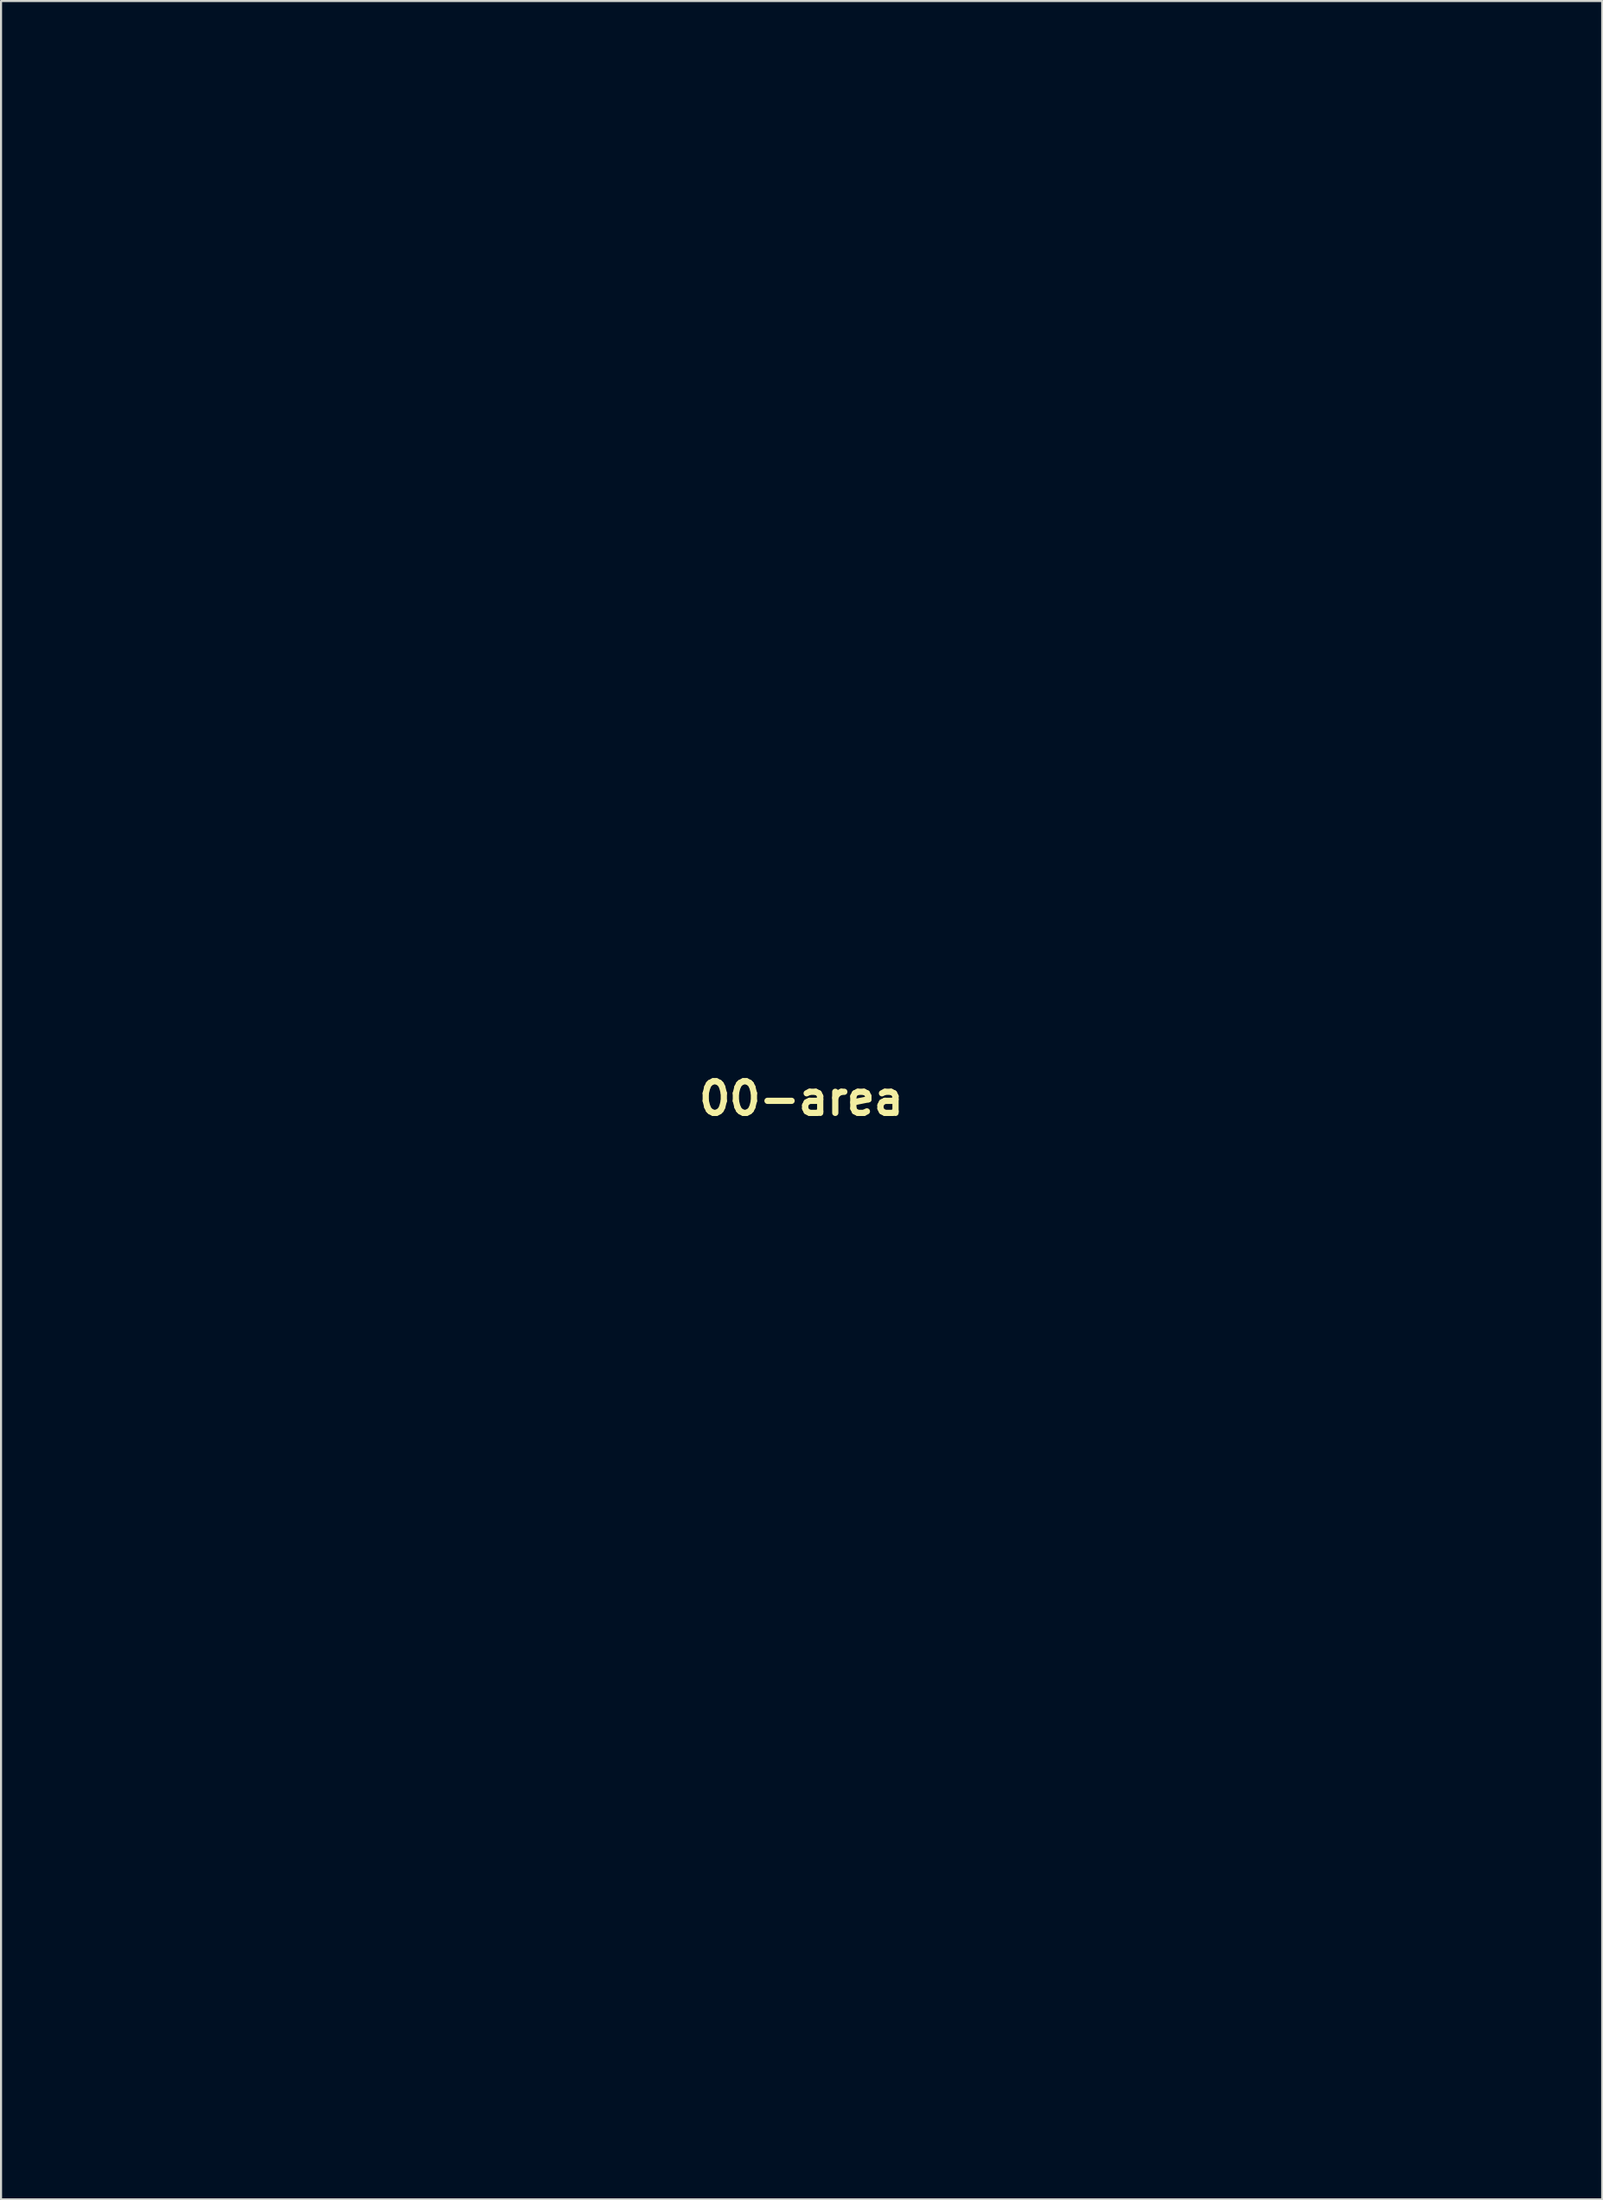
<source format=kicad_pcb>
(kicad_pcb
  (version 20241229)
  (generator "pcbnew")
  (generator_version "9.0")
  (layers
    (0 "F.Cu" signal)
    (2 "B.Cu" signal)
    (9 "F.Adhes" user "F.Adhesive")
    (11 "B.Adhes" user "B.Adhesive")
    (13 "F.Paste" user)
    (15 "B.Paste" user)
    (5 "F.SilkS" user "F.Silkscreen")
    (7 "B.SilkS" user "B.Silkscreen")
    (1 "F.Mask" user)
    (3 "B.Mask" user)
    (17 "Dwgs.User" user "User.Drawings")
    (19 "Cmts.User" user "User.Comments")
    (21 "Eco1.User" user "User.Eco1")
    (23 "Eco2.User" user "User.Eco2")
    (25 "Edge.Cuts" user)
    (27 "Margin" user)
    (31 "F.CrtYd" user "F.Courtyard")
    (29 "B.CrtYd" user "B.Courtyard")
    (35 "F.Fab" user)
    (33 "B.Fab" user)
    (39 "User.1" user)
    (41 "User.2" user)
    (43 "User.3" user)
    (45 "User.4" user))
  (footprint "00-area"
    (layer "F.Cu")
    (at 35.565 49.854)
    (property "Reference" "00-area" (at 0 0 0) (layer "F.SilkS") (effects (font (size 1.524 1.524) (thickness 0.3))))
    (attr through_hole)
    (fp_poly (pts (xy 1.134 -46.223) (xy 2.452 -42.598) (xy 10.119 -42.598) (xy 7.152 -40.285) (xy 6.016 -39.409) (xy 5.199 -38.745) (xy 4.674 -38.188) (xy 4.414 -37.632) (xy 4.389 -36.973) (xy 4.574 -36.103) (xy 4.94 -34.919) (xy 5.391 -33.535) (xy 5.725 -32.43) (xy 5.949 -31.557) (xy 6.044 -31.008) (xy 5.996 -30.869) (xy 5.632 -31.1) (xy 4.972 -31.534) (xy 4.157 -32.077) (xy 4.147 -32.084) (xy 3.375 -32.583) (xy 2.792 -32.921) (xy 2.516 -33.03) (xy 2.512 -33.027) (xy 2.583 -32.767) (xy 2.838 -32.102) (xy 3.245 -31.111) (xy 3.771 -29.87) (xy 4.343 -28.556) (xy 4.918 -27.261) (xy 5.419 -26.176) (xy 5.897 -25.222) (xy 6.401 -24.318) (xy 6.981 -23.381) (xy 7.687 -22.332) (xy 8.569 -21.09) (xy 9.675 -19.573) (xy 10.824 -18.016) (xy 11.982 -16.444) (xy 13.026 -15.015) (xy 13.918 -13.783) (xy 14.618 -12.801) (xy 15.089 -12.124) (xy 15.293 -11.804) (xy 15.297 -11.786) (xy 15.016 -11.788) (xy 14.326 -11.847) (xy 13.342 -11.951) (xy 12.568 -12.043) (xy 11.446 -12.169) (xy 10.536 -12.251) (xy 9.954 -12.28) (xy 9.807 -12.264) (xy 9.905 -12.033) (xy 10.283 -11.551) (xy 10.623 -11.174) (xy 11.083 -10.678) (xy 11.828 -9.866) (xy 12.788 -8.813) (xy 13.894 -7.598) (xy 15.076 -6.294) (xy 15.337 -6.005) (xy 19.121 -1.824) (xy 17.829 -1.985) (xy 16.805 -2.103) (xy 15.552 -2.232) (xy 14.172 -2.365) (xy 12.764 -2.493) (xy 11.428 -2.607) (xy 10.265 -2.698) (xy 9.376 -2.757) (xy 8.859 -2.777) (xy 8.771 -2.768) (xy 8.743 -2.679) (xy 8.821 -2.522) (xy 9.041 -2.262) (xy 9.441 -1.868) (xy 10.054 -1.306) (xy 10.919 -0.543) (xy 12.071 0.453) (xy 13.546 1.716) (xy 15.38 3.279) (xy 15.915 3.734) (xy 17.922 5.445) (xy 19.557 6.859) (xy 20.853 8.016) (xy 21.846 8.956) (xy 22.568 9.722) (xy 23.056 10.353) (xy 23.342 10.89) (xy 23.462 11.374) (xy 23.45 11.846) (xy 23.34 12.347) (xy 23.295 12.501) (xy 22.765 13.462) (xy 21.909 14.182) (xy 20.893 14.535) (xy 20.637 14.55) (xy 19.775 14.354) (xy 18.894 13.858) (xy 18.206 13.201) (xy 17.985 12.815) (xy 17.745 11.717) (xy 17.954 10.709) (xy 18.354 9.998) (xy 18.981 9.074) (xy 15.113 8.812) (xy 13.745 8.723) (xy 12.58 8.653) (xy 11.713 8.609) (xy 11.237 8.595) (xy 11.176 8.599) (xy 11.347 8.786) (xy 11.862 9.3) (xy 12.685 10.105) (xy 13.776 11.164) (xy 15.097 12.439) (xy 16.61 13.894) (xy 18.277 15.491) (xy 19.535 16.693) (xy 21.288 18.37) (xy 22.916 19.932) (xy 24.379 21.341) (xy 25.64 22.561) (xy 26.66 23.554) (xy 27.4 24.283) (xy 27.822 24.711) (xy 27.908 24.812) (xy 27.641 24.812) (xy 26.919 24.771) (xy 25.814 24.695) (xy 24.398 24.59) (xy 22.743 24.459) (xy 21.402 24.35) (xy 19.234 24.169) (xy 17.538 24.031) (xy 16.258 23.932) (xy 15.336 23.871) (xy 14.717 23.849) (xy 14.346 23.862) (xy 14.165 23.91) (xy 14.118 23.991) (xy 14.15 24.105) (xy 14.182 24.183) (xy 14.404 24.421) (xy 14.991 24.971) (xy 15.906 25.798) (xy 17.111 26.871) (xy 18.569 28.156) (xy 20.243 29.621) (xy 22.096 31.233) (xy 24.089 32.958) (xy 25.19 33.907) (xy 27.811 36.169) (xy 30.033 38.105) (xy 31.868 39.721) (xy 33.326 41.029) (xy 34.416 42.037) (xy 35.148 42.754) (xy 35.534 43.189) (xy 35.582 43.353) (xy 35.58 43.353) (xy 35.188 43.361) (xy 34.35 43.333) (xy 33.145 43.273) (xy 31.654 43.185) (xy 29.958 43.073) (xy 28.908 42.999) (xy 27.154 42.877) (xy 25.582 42.78) (xy 24.266 42.71) (xy 23.281 42.671) (xy 22.702 42.667) (xy 22.58 42.684) (xy 22.588 42.988) (xy 22.757 43.397) (xy 22.99 44.33) (xy 22.787 45.272) (xy 22.228 46.114) (xy 21.394 46.75) (xy 20.364 47.069) (xy 20.022 47.087) (xy 19.224 47.008) (xy 18.61 46.82) (xy 18.509 46.757) (xy 17.703 45.861) (xy 17.276 44.815) (xy 17.26 43.756) (xy 17.611 42.919) (xy 17.864 42.465) (xy 17.761 42.254) (xy 17.677 42.221) (xy 17.313 42.172) (xy 16.51 42.099) (xy 15.359 42.011) (xy 13.95 41.913) (xy 12.435 41.817) (xy 10.806 41.714) (xy 9.293 41.61) (xy 8.003 41.512) (xy 7.041 41.429) (xy 6.548 41.375) (xy 5.556 41.228) (xy 5.556 50.006) (xy -5.556 50.006) (xy -5.556 41.233) (xy -6.284 41.374) (xy -6.769 41.433) (xy -7.687 41.516) (xy -8.942 41.615) (xy -10.44 41.721) (xy -12.085 41.829) (xy -12.206 41.836) (xy -17.4 42.158) (xy -16.903 42.973) (xy -16.464 44.066) (xy -16.536 45.129) (xy -16.914 45.944) (xy -17.706 46.772) (xy -18.757 47.198) (xy -19.936 47.178) (xy -20.261 47.089) (xy -21.208 46.54) (xy -21.869 45.693) (xy -22.18 44.69) (xy -22.078 43.673) (xy -21.939 43.352) (xy -21.77 42.879) (xy -21.798 42.672) (xy -22.091 42.65) (xy -22.839 42.665) (xy -23.969 42.712) (xy -25.407 42.79) (xy -27.082 42.893) (xy -28.507 42.99) (xy -30.339 43.114) (xy -32.014 43.218) (xy -33.453 43.297) (xy -34.579 43.348) (xy -35.313 43.366) (xy -35.56 43.356) (xy -35.538 43.214) (xy -35.212 42.83) (xy -34.57 42.189) (xy -33.596 41.28) (xy -32.276 40.088) (xy -30.596 38.603) (xy -28.542 36.81) (xy -26.099 34.696) (xy -25.187 33.91) (xy -23.134 32.138) (xy -21.203 30.463) (xy -19.43 28.916) (xy -17.853 27.531) (xy -16.51 26.342) (xy -15.437 25.38) (xy -14.672 24.679) (xy -14.253 24.272) (xy -14.183 24.187) (xy -14.13 24.055) (xy -14.12 23.955) (xy -14.211 23.888) (xy -14.461 23.856) (xy -14.925 23.858) (xy -15.66 23.898) (xy -16.725 23.976) (xy -18.175 24.093) (xy -20.069 24.25) (xy -21.167 24.342) (xy -22.937 24.488) (xy -24.54 24.619) (xy -25.896 24.729) (xy -26.928 24.81) (xy -27.558 24.856) (xy -27.711 24.865) (xy -27.596 24.691) (xy -27.133 24.188) (xy -26.361 23.395) (xy -25.316 22.348) (xy -24.036 21.084) (xy -22.556 19.639) (xy -20.915 18.051) (xy -19.708 16.892) (xy -17.963 15.217) (xy -16.342 13.655) (xy -14.885 12.242) (xy -13.628 11.017) (xy -12.613 10.018) (xy -11.877 9.282) (xy -11.459 8.849) (xy -11.377 8.747) (xy -11.627 8.712) (xy -12.322 8.716) (xy -13.38 8.755) (xy -14.717 8.827) (xy -16.206 8.925) (xy -17.79 9.031) (xy -19.227 9.117) (xy -20.418 9.176) (xy -21.266 9.204) (xy -21.656 9.198) (xy -21.765 9.123) (xy -21.685 8.92) (xy -21.383 8.559) (xy -20.827 8.01) (xy -19.984 7.241) (xy -18.823 6.223) (xy -17.31 4.924) (xy -15.812 3.652) (xy -13.879 2.012) (xy -12.317 0.679) (xy -11.089 -0.379) (xy -10.161 -1.194) (xy -9.497 -1.799) (xy -9.062 -2.225) (xy -8.819 -2.504) (xy -8.734 -2.67) (xy -8.76 -2.745) (xy -9.044 -2.751) (xy -9.762 -2.711) (xy -10.82 -2.634) (xy -12.125 -2.528) (xy -13.585 -2.401) (xy -15.106 -2.259) (xy -16.595 -2.112) (xy -17.687 -1.996) (xy -19.102 -1.841) (xy -13.512 -7.957) (xy -14.07 -9.027) (xy -14.412 -9.796) (xy -14.481 -10.403) (xy -14.343 -11.026) (xy -14.177 -11.631) (xy -14.234 -11.856) (xy -14.569 -11.826) (xy -14.702 -11.793) (xy -15.184 -11.716) (xy -15.346 -11.762) (xy -15.195 -12) (xy -14.767 -12.608) (xy -14.102 -13.532) (xy -13.24 -14.716) (xy -12.221 -16.108) (xy -11.083 -17.651) (xy -10.82 -18.006) (xy -9.471 -19.836) (xy -8.391 -21.323) (xy -7.532 -22.546) (xy -6.843 -23.587) (xy -6.275 -24.523) (xy -5.779 -25.434) (xy -5.304 -26.401) (xy -4.801 -27.501) (xy -4.579 -28.001) (xy -3.807 -29.742) (xy -3.235 -31.041) (xy -2.858 -31.946) (xy -2.67 -32.503) (xy -2.665 -32.759) (xy -2.837 -32.761) (xy -3.182 -32.555) (xy -3.693 -32.187) (xy -4.116 -31.882) (xy -4.936 -31.321) (xy -5.583 -30.926) (xy -5.946 -30.761) (xy -5.984 -30.766) (xy -5.962 -31.053) (xy -5.813 -31.749) (xy -5.56 -32.755) (xy -5.227 -33.973) (xy -5.154 -34.228) (xy -4.809 -35.49) (xy -4.544 -36.574) (xy -4.383 -37.377) (xy -4.348 -37.795) (xy -4.357 -37.821) (xy -4.621 -38.066) (xy -5.229 -38.553) (xy -6.096 -39.215) (xy -7.138 -39.988) (xy -7.347 -40.14) (xy -10.178 -42.201) (xy -6.366 -42.466) (xy -2.555 -42.73) (xy -1.37 -46.29) (xy -0.185 -49.849) (xy 1.134 -46.223)) (stroke (width 0.01) (type solid)) (fill no) (layer "Eco2.User")))
  (gr_rect
    (start -3 -3)
    (end 74.152 102.865)
    (stroke (width 0.1) (type default))
    (fill no)
    (layer "Edge.Cuts")))
</source>
